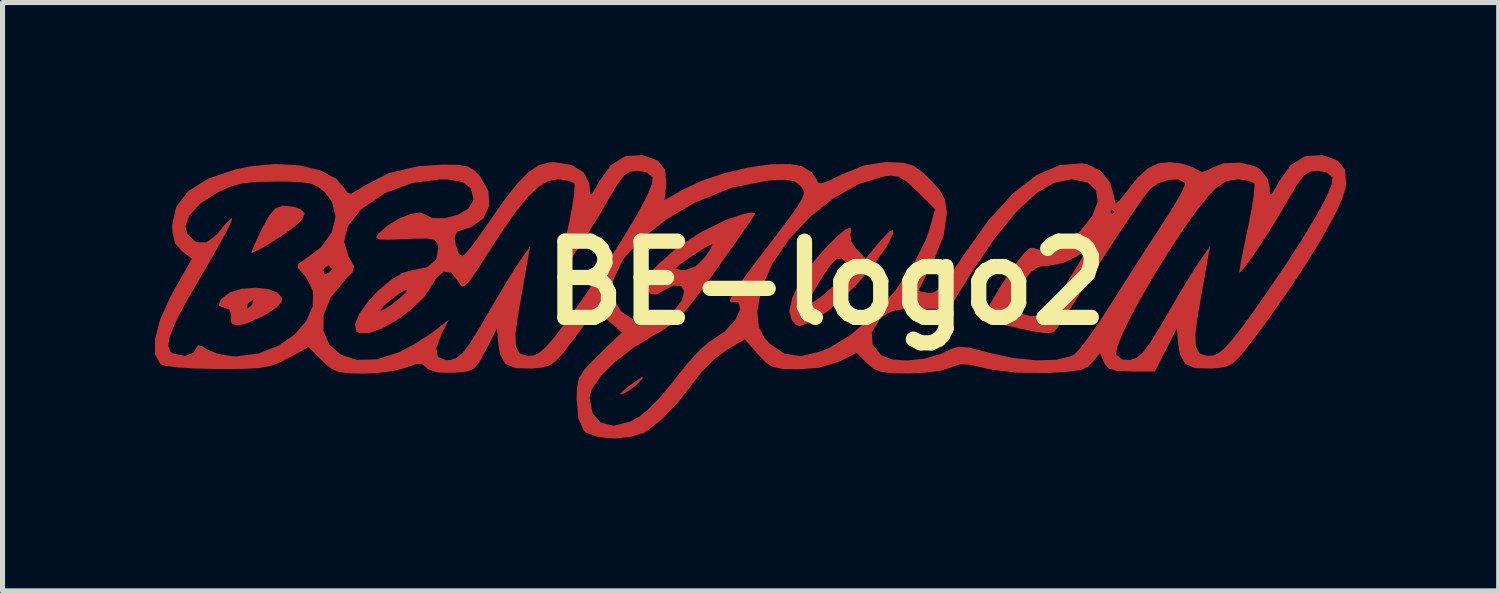
<source format=kicad_pcb>
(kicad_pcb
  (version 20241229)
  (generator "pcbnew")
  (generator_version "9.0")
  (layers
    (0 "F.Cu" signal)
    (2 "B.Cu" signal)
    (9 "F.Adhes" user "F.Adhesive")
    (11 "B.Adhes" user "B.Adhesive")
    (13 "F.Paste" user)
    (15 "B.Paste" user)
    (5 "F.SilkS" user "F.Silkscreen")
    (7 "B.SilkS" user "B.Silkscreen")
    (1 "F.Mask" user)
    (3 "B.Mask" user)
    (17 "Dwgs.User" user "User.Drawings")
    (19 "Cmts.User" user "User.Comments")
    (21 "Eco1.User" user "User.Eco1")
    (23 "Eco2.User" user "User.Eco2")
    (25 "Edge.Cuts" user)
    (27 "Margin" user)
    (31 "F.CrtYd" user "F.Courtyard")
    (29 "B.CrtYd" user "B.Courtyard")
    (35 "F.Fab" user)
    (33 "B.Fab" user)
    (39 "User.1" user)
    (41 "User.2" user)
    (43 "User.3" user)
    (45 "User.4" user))
  (footprint "BE-logo2"
    (layer "F.Cu")
    (at 13.208 2.517)
    (property "Reference" "BE-logo2" (at 0 0 0) (layer "F.SilkS") (effects (font (size 1.5 1.5) (thickness 0.3))))
    (attr board_only exclude_from_pos_files exclude_from_bom)
    (fp_poly (pts (xy -3.603 1.862) (xy -3.631 1.903) (xy -3.751 2.02) (xy -3.899 2.129) (xy -4.02 2.194) (xy -4.062 2.188) (xy -4 2.125) (xy -3.847 2.002) (xy -3.786 1.957) (xy -3.636 1.857)) (stroke (width 0) (type solid)) (fill yes) (layer "F.Cu"))
    (fp_poly (pts (xy -10.455 -1.493) (xy -10.335 -1.445) (xy -10.262 -1.369) (xy -10.306 -1.266) (xy -10.369 -1.192) (xy -10.5 -1.08) (xy -10.709 -0.932) (xy -10.945 -0.78) (xy -11.158 -0.657) (xy -11.296 -0.594) (xy -11.311 -0.592) (xy -11.291 -0.661) (xy -11.212 -0.84) (xy -11.11 -1.054) (xy -10.963 -1.324) (xy -10.839 -1.467) (xy -10.707 -1.518) (xy -10.67 -1.52)) (stroke (width 0) (type solid)) (fill yes) (layer "F.Cu"))
    (fp_poly (pts (xy -10.993 0.119) (xy -10.802 0.187) (xy -10.708 0.296) (xy -10.715 0.374) (xy -10.815 0.482) (xy -11.014 0.614) (xy -11.12 0.67) (xy -11.401 0.795) (xy -11.575 0.839) (xy -11.681 0.81) (xy -11.701 0.793) (xy -11.721 0.679) (xy -11.708 0.63) (xy -11.74 0.527) (xy -11.813 0.498) (xy -11.404 0.498) (xy -11.392 0.504) (xy -11.315 0.444) (xy -11.297 0.419) (xy -11.276 0.34) (xy -11.287 0.334) (xy -11.365 0.394) (xy -11.382 0.419) (xy -11.404 0.498) (xy -11.813 0.498) (xy -11.836 0.49) (xy -11.951 0.451) (xy -11.931 0.363) (xy -11.889 0.303) (xy -11.731 0.184) (xy -11.501 0.115) (xy -11.24 0.094)) (stroke (width 0) (type solid)) (fill yes) (layer "F.Cu"))
    (fp_poly (pts (xy 0.49 -1.011) (xy 0.474 -0.963) (xy 0.493 -0.814) (xy 0.601 -0.657) (xy 0.777 -0.48) (xy 1.032 -0.791) (xy 1.218 -0.993) (xy 1.316 -1.051) (xy 1.318 -0.972) (xy 1.215 -0.762) (xy 1.175 -0.693) (xy 0.943 -0.367) (xy 0.645 -0.019) (xy 0.321 0.307) (xy 0.015 0.567) (xy -0.189 0.7) (xy -0.408 0.81) (xy -0.529 0.849) (xy -0.603 0.82) (xy -0.68 0.733) (xy -0.728 0.55) (xy -0.684 0.363) (xy -0.335 0.363) (xy -0.299 0.401) (xy -0.154 0.312) (xy 0.101 0.096) (xy 0.229 -0.02) (xy 0.397 -0.198) (xy 0.44 -0.32) (xy 0.409 -0.385) (xy 0.301 -0.478) (xy 0.195 -0.463) (xy 0.063 -0.325) (xy -0.089 -0.099) (xy -0.264 0.196) (xy -0.335 0.363) (xy -0.684 0.363) (xy -0.665 0.28) (xy -0.504 -0.048) (xy -0.258 -0.405) (xy -0.071 -0.627) (xy 0.187 -0.892) (xy 0.373 -1.049) (xy 0.478 -1.091)) (stroke (width 0) (type solid)) (fill yes) (layer "F.Cu"))
    (fp_poly (pts (xy 9.769 -2.512) (xy 10.057 -2.412) (xy 10.205 -2.234) (xy 10.229 -1.949) (xy 10.222 -1.879) (xy 10.148 -1.641) (xy 9.982 -1.293) (xy 9.739 -0.858) (xy 9.431 -0.358) (xy 9.072 0.184) (xy 8.677 0.744) (xy 8.558 0.905) (xy 8.312 1.234) (xy 8.137 1.45) (xy 8.001 1.579) (xy 7.876 1.645) (xy 7.729 1.673) (xy 7.591 1.684) (xy 7.261 1.677) (xy 7.059 1.589) (xy 6.955 1.398) (xy 6.925 1.205) (xy 6.899 0.894) (xy 6.682 1.318) (xy 6.465 1.743) (xy 6.005 1.743) (xy 5.727 1.732) (xy 5.569 1.69) (xy 5.483 1.6) (xy 5.465 1.562) (xy 5.395 1.401) (xy 5.702 1.401) (xy 5.705 1.41) (xy 5.827 1.509) (xy 5.982 1.515) (xy 6.099 1.478) (xy 6.217 1.382) (xy 6.357 1.199) (xy 6.541 0.905) (xy 6.672 0.681) (xy 6.885 0.315) (xy 7.091 -0.028) (xy 7.262 -0.302) (xy 7.342 -0.423) (xy 7.55 -0.721) (xy 7.49 -0.381) (xy 7.445 -0.123) (xy 7.384 0.226) (xy 7.32 0.592) (xy 7.319 0.595) (xy 7.264 0.991) (xy 7.27 1.248) (xy 7.344 1.388) (xy 7.494 1.434) (xy 7.605 1.428) (xy 7.715 1.386) (xy 7.852 1.269) (xy 8.033 1.062) (xy 8.274 0.745) (xy 8.561 0.341) (xy 8.998 -0.296) (xy 9.361 -0.856) (xy 9.645 -1.326) (xy 9.843 -1.696) (xy 9.948 -1.954) (xy 9.959 -2.079) (xy 9.843 -2.175) (xy 9.66 -2.207) (xy 9.518 -2.189) (xy 9.399 -2.112) (xy 9.27 -1.945) (xy 9.111 -1.677) (xy 8.914 -1.339) (xy 8.706 -1.002) (xy 8.506 -0.694) (xy 8.332 -0.44) (xy 8.201 -0.268) (xy 8.133 -0.205) (xy 8.127 -0.215) (xy 8.144 -0.333) (xy 8.19 -0.574) (xy 8.256 -0.898) (xy 8.298 -1.091) (xy 8.367 -1.44) (xy 8.412 -1.728) (xy 8.426 -1.914) (xy 8.42 -1.958) (xy 8.309 -2.012) (xy 8.107 -2.037) (xy 8.088 -2.038) (xy 7.871 -2.002) (xy 7.675 -1.873) (xy 7.528 -1.72) (xy 7.293 -1.427) (xy 7.03 -1.059) (xy 6.755 -0.642) (xy 6.482 -0.203) (xy 6.228 0.232) (xy 6.007 0.636) (xy 5.836 0.984) (xy 5.729 1.247) (xy 5.702 1.401) (xy 5.395 1.401) (xy 5.386 1.381) (xy 5.24 1.562) (xy 5.145 1.652) (xy 5.01 1.71) (xy 4.795 1.745) (xy 4.461 1.767) (xy 4.343 1.772) (xy 3.761 1.767) (xy 3.264 1.709) (xy 3.121 1.677) (xy 2.829 1.61) (xy 2.638 1.6) (xy 2.488 1.644) (xy 2.445 1.666) (xy 2.252 1.726) (xy 1.95 1.767) (xy 1.624 1.782) (xy 1.29 1.777) (xy 1.074 1.749) (xy 0.926 1.686) (xy 0.802 1.58) (xy 0.598 1.375) (xy 0.28 1.538) (xy -0.145 1.67) (xy -0.561 1.7) (xy -0.858 1.693) (xy -1.048 1.656) (xy -1.191 1.565) (xy -1.343 1.405) (xy -1.601 1.11) (xy -1.942 1.305) (xy -2.198 1.495) (xy -2.454 1.753) (xy -2.55 1.876) (xy -2.902 2.332) (xy -3.239 2.687) (xy -3.535 2.917) (xy -3.574 2.939) (xy -3.849 3.03) (xy -4.172 3.061) (xy -4.482 3.034) (xy -4.715 2.951) (xy -4.772 2.904) (xy -4.877 2.673) (xy -4.912 2.293) (xy -4.911 2.255) (xy -4.658 2.255) (xy -4.599 2.564) (xy -4.434 2.751) (xy -4.183 2.809) (xy -3.865 2.729) (xy -3.674 2.628) (xy -3.491 2.477) (xy -3.255 2.232) (xy -3.011 1.939) (xy -2.95 1.858) (xy -2.719 1.569) (xy -2.494 1.325) (xy -2.314 1.166) (xy -2.274 1.141) (xy -1.993 0.951) (xy -1.788 0.728) (xy -1.723 0.577) (xy -1.356 0.577) (xy -1.327 0.864) (xy -1.215 1.08) (xy -1.109 1.197) (xy -0.828 1.39) (xy -0.502 1.44) (xy -0.107 1.348) (xy 0.06 1.278) (xy 0.494 1.013) (xy 0.546 0.967) (xy 0.897 0.967) (xy 0.911 1.211) (xy 1.082 1.424) (xy 1.292 1.505) (xy 1.597 1.526) (xy 1.936 1.49) (xy 2.245 1.399) (xy 2.306 1.371) (xy 2.477 1.29) (xy 2.618 1.256) (xy 2.785 1.268) (xy 3.032 1.328) (xy 3.19 1.371) (xy 3.672 1.476) (xy 4.131 1.523) (xy 4.525 1.512) (xy 4.816 1.441) (xy 4.884 1.403) (xy 4.997 1.284) (xy 5.174 1.052) (xy 5.391 0.74) (xy 5.624 0.381) (xy 5.635 0.362) (xy 5.909 -0.071) (xy 6.203 -0.531) (xy 6.478 -0.956) (xy 6.654 -1.224) (xy 6.843 -1.521) (xy 6.983 -1.767) (xy 7.055 -1.927) (xy 7.059 -1.967) (xy 6.929 -2.036) (xy 6.723 -2.026) (xy 6.506 -1.947) (xy 6.372 -1.846) (xy 6.267 -1.712) (xy 6.091 -1.463) (xy 5.864 -1.128) (xy 5.605 -0.736) (xy 5.43 -0.466) (xy 5.166 -0.057) (xy 4.927 0.31) (xy 4.732 0.608) (xy 4.599 0.81) (xy 4.553 0.878) (xy 4.487 0.954) (xy 4.398 0.989) (xy 4.247 0.983) (xy 3.993 0.937) (xy 3.814 0.9) (xy 3.503 0.828) (xy 3.257 0.759) (xy 3.125 0.707) (xy 3.117 0.701) (xy 3.132 0.606) (xy 3.214 0.436) (xy 3.632 0.436) (xy 3.666 0.535) (xy 3.795 0.597) (xy 3.808 0.601) (xy 4.02 0.652) (xy 4.181 0.646) (xy 4.325 0.56) (xy 4.483 0.374) (xy 4.689 0.066) (xy 4.735 -0.007) (xy 4.93 -0.319) (xy 5.039 -0.507) (xy 5.068 -0.59) (xy 5.026 -0.586) (xy 4.921 -0.517) (xy 4.659 -0.391) (xy 4.379 -0.339) (xy 4.378 -0.339) (xy 4.176 -0.315) (xy 4.025 -0.216) (xy 3.864 -0.004) (xy 3.863 -0.002) (xy 3.697 0.267) (xy 3.632 0.436) (xy 3.214 0.436) (xy 3.228 0.406) (xy 3.388 0.133) (xy 3.519 -0.071) (xy 3.742 -0.396) (xy 3.897 -0.594) (xy 4.004 -0.687) (xy 4.082 -0.692) (xy 4.109 -0.675) (xy 4.311 -0.611) (xy 4.574 -0.692) (xy 4.881 -0.911) (xy 4.996 -1.02) (xy 5.238 -1.326) (xy 5.266 -1.4) (xy 5.586 -1.4) (xy 5.629 -1.358) (xy 5.671 -1.4) (xy 5.629 -1.443) (xy 5.586 -1.4) (xy 5.266 -1.4) (xy 5.341 -1.601) (xy 5.307 -1.825) (xy 5.14 -1.977) (xy 4.843 -2.037) (xy 4.82 -2.038) (xy 4.483 -1.969) (xy 4.125 -1.758) (xy 3.741 -1.401) (xy 3.325 -0.891) (xy 2.871 -0.223) (xy 2.794 -0.1) (xy 2.415 0.511) (xy 1.838 0.511) (xy 1.514 0.519) (xy 1.305 0.553) (xy 1.157 0.628) (xy 1.048 0.725) (xy 0.897 0.967) (xy 0.546 0.967) (xy 0.936 0.627) (xy 1.351 0.16) (xy 1.703 -0.344) (xy 1.956 -0.842) (xy 2.03 -1.058) (xy 2.14 -1.452) (xy 1.791 -1.799) (xy 1.578 -1.996) (xy 1.421 -2.092) (xy 1.262 -2.111) (xy 1.136 -2.096) (xy 0.643 -1.946) (xy 0.151 -1.672) (xy -0.312 -1.305) (xy -0.721 -0.87) (xy -1.049 -0.398) (xy -1.269 0.084) (xy -1.356 0.547) (xy -1.356 0.577) (xy -1.723 0.577) (xy -1.696 0.515) (xy -1.695 0.489) (xy -1.731 0.376) (xy -1.867 0.384) (xy -1.869 0.385) (xy -1.902 0.354) (xy -1.828 0.204) (xy -1.644 -0.067) (xy -1.349 -0.463) (xy -1.319 -0.502) (xy -0.984 -0.938) (xy -0.741 -1.26) (xy -0.578 -1.488) (xy -0.482 -1.643) (xy -0.443 -1.746) (xy -0.447 -1.818) (xy -0.484 -1.879) (xy -0.512 -1.913) (xy -0.616 -1.995) (xy -0.781 -2.028) (xy -1.053 -2.021) (xy -1.142 -2.014) (xy -1.864 -1.873) (xy -2.597 -1.575) (xy -3.153 -1.244) (xy -3.662 -0.845) (xy -4.008 -0.448) (xy -4.189 -0.057) (xy -4.206 0.023) (xy -4.183 0.323) (xy -4.037 0.559) (xy -3.804 0.715) (xy -3.523 0.772) (xy -3.234 0.715) (xy -3.003 0.557) (xy -2.841 0.341) (xy -2.796 0.165) (xy -2.857 0.059) (xy -3.01 0.055) (xy -3.179 0.138) (xy -3.343 0.23) (xy -3.449 0.22) (xy -3.53 0.15) (xy -3.592 0.065) (xy -3.58 -0.031) (xy -3.479 -0.175) (xy -3.381 -0.285) (xy -2.965 -0.285) (xy -2.893 -0.261) (xy -2.769 -0.254) (xy -2.567 -0.329) (xy -2.386 -0.508) (xy -2.276 -0.671) (xy -2.239 -0.759) (xy -2.244 -0.763) (xy -2.337 -0.721) (xy -2.507 -0.617) (xy -2.704 -0.488) (xy -2.873 -0.368) (xy -2.961 -0.292) (xy -2.965 -0.285) (xy -3.381 -0.285) (xy -3.313 -0.361) (xy -2.94 -0.69) (xy -2.469 -0.998) (xy -1.97 -1.242) (xy -1.673 -1.343) (xy -1.47 -1.388) (xy -1.402 -1.37) (xy -1.415 -1.33) (xy -1.484 -1.228) (xy -1.632 -1.015) (xy -1.839 -0.719) (xy -2.086 -0.369) (xy -2.18 -0.237) (xy -2.471 0.169) (xy -2.697 0.462) (xy -2.884 0.672) (xy -3.061 0.825) (xy -3.255 0.953) (xy -3.399 1.033) (xy -3.806 1.282) (xy -4.162 1.559) (xy -4.44 1.838) (xy -4.613 2.091) (xy -4.658 2.255) (xy -4.911 2.255) (xy -4.905 2.05) (xy -4.866 1.876) (xy -4.769 1.718) (xy -4.586 1.521) (xy -4.468 1.406) (xy -4.023 0.975) (xy -4.28 0.75) (xy -4.537 0.526) (xy -4.958 1.092) (xy -5.169 1.37) (xy -5.322 1.54) (xy -5.457 1.63) (xy -5.616 1.669) (xy -5.787 1.684) (xy -6.117 1.677) (xy -6.318 1.589) (xy -6.422 1.398) (xy -6.453 1.205) (xy -6.479 0.894) (xy -6.695 1.318) (xy -6.826 1.56) (xy -6.938 1.69) (xy -7.089 1.746) (xy -7.334 1.768) (xy -7.337 1.768) (xy -7.656 1.762) (xy -7.839 1.696) (xy -7.867 1.668) (xy -7.958 1.593) (xy -8.082 1.599) (xy -8.259 1.664) (xy -8.499 1.729) (xy -8.829 1.773) (xy -9.107 1.785) (xy -9.42 1.778) (xy -9.623 1.743) (xy -9.775 1.662) (xy -9.927 1.524) (xy -10.187 1.263) (xy -10.587 1.481) (xy -10.772 1.575) (xy -10.947 1.637) (xy -11.152 1.673) (xy -11.428 1.69) (xy -11.817 1.694) (xy -11.99 1.694) (xy -12.413 1.684) (xy -12.762 1.663) (xy -13.005 1.631) (xy -13.102 1.599) (xy -13.208 1.405) (xy -13.208 1.239) (xy -12.948 1.239) (xy -12.904 1.355) (xy -12.85 1.389) (xy -12.611 1.436) (xy -12.448 1.368) (xy -12.415 1.313) (xy -12.363 1.227) (xy -12.272 1.249) (xy -12.175 1.313) (xy -11.97 1.396) (xy -11.689 1.441) (xy -11.603 1.444) (xy -11.171 1.388) (xy -10.786 1.239) (xy -10.467 1.02) (xy -10.405 0.948) (xy -9.894 0.948) (xy -9.776 1.216) (xy -9.55 1.412) (xy -9.234 1.514) (xy -8.841 1.503) (xy -8.404 1.362) (xy -8.097 1.2) (xy -7.793 1.005) (xy -7.736 0.963) (xy -7.428 0.727) (xy -7.573 1.009) (xy -7.672 1.281) (xy -7.642 1.453) (xy -7.484 1.519) (xy -7.396 1.515) (xy -7.278 1.478) (xy -7.16 1.382) (xy -7.02 1.199) (xy -6.836 0.905) (xy -6.706 0.681) (xy -6.492 0.315) (xy -6.286 -0.028) (xy -6.116 -0.302) (xy -6.035 -0.423) (xy -5.827 -0.721) (xy -5.887 -0.381) (xy -5.932 -0.123) (xy -5.994 0.226) (xy -6.058 0.592) (xy -6.058 0.595) (xy -6.113 0.991) (xy -6.108 1.248) (xy -6.033 1.388) (xy -5.883 1.434) (xy -5.772 1.428) (xy -5.662 1.386) (xy -5.525 1.269) (xy -5.344 1.062) (xy -5.103 0.745) (xy -4.816 0.341) (xy -4.38 -0.296) (xy -4.016 -0.856) (xy -3.733 -1.326) (xy -3.535 -1.696) (xy -3.429 -1.954) (xy -3.419 -2.079) (xy -3.535 -2.175) (xy -3.717 -2.207) (xy -3.86 -2.189) (xy -3.979 -2.112) (xy -4.107 -1.945) (xy -4.266 -1.677) (xy -4.463 -1.339) (xy -4.671 -1.002) (xy -4.871 -0.694) (xy -5.046 -0.44) (xy -5.176 -0.268) (xy -5.245 -0.205) (xy -5.251 -0.215) (xy -5.234 -0.333) (xy -5.188 -0.574) (xy -5.121 -0.898) (xy -5.08 -1.091) (xy -5.01 -1.44) (xy -4.965 -1.728) (xy -4.951 -1.914) (xy -4.958 -1.958) (xy -5.068 -2.012) (xy -5.271 -2.037) (xy -5.292 -2.038) (xy -5.475 -2.003) (xy -5.667 -1.889) (xy -5.883 -1.68) (xy -6.138 -1.36) (xy -6.445 -0.914) (xy -6.666 -0.57) (xy -6.878 -0.24) (xy -7.02 -0.035) (xy -7.112 0.062) (xy -7.172 0.071) (xy -7.22 0.009) (xy -7.234 -0.017) (xy -7.378 -0.202) (xy -7.535 -0.221) (xy -7.689 -0.075) (xy -7.752 0.038) (xy -7.913 0.277) (xy -8.153 0.513) (xy -8.436 0.725) (xy -8.727 0.889) (xy -8.988 0.985) (xy -9.185 0.99) (xy -9.245 0.955) (xy -9.275 0.817) (xy -9.194 0.615) (xy -9.135 0.532) (xy -8.777 0.532) (xy -8.757 0.551) (xy -8.635 0.483) (xy -8.571 0.439) (xy -8.381 0.29) (xy -8.256 0.167) (xy -8.244 0.15) (xy -8.264 0.131) (xy -8.386 0.199) (xy -8.45 0.243) (xy -8.64 0.392) (xy -8.765 0.515) (xy -8.777 0.532) (xy -9.135 0.532) (xy -9.029 0.381) (xy -8.811 0.146) (xy -8.568 -0.059) (xy -8.328 -0.203) (xy -8.13 -0.254) (xy -7.852 -0.31) (xy -7.676 -0.462) (xy -7.635 -0.683) (xy -7.658 -0.789) (xy -7.715 -0.848) (xy -7.845 -0.872) (xy -8.083 -0.871) (xy -8.295 -0.861) (xy -8.613 -0.85) (xy -8.79 -0.855) (xy -8.854 -0.884) (xy -8.833 -0.943) (xy -8.808 -0.974) (xy -8.633 -1.13) (xy -8.404 -1.267) (xy -8.172 -1.36) (xy -7.993 -1.388) (xy -7.933 -1.365) (xy -7.749 -1.277) (xy -7.503 -1.274) (xy -7.251 -1.341) (xy -7.047 -1.461) (xy -6.947 -1.619) (xy -6.944 -1.652) (xy -6.993 -1.86) (xy -7.153 -1.984) (xy -7.445 -2.035) (xy -7.575 -2.038) (xy -8.143 -1.967) (xy -8.68 -1.769) (xy -9.131 -1.464) (xy -9.163 -1.435) (xy -9.41 -1.122) (xy -9.488 -0.814) (xy -9.397 -0.511) (xy -9.361 -0.454) (xy -9.29 -0.322) (xy -9.32 -0.213) (xy -9.453 -0.074) (xy -9.748 0.282) (xy -9.89 0.63) (xy -9.894 0.948) (xy -10.405 0.948) (xy -10.234 0.753) (xy -10.105 0.461) (xy -10.098 0.165) (xy -10.234 -0.11) (xy -10.267 -0.148) (xy -10.355 -0.249) (xy -9.895 -0.249) (xy -9.868 -0.177) (xy -9.827 -0.181) (xy -9.736 -0.253) (xy -9.732 -0.277) (xy -9.787 -0.343) (xy -9.872 -0.295) (xy -9.895 -0.249) (xy -10.355 -0.249) (xy -10.391 -0.29) (xy -10.402 -0.367) (xy -10.304 -0.436) (xy -10.288 -0.445) (xy -9.946 -0.699) (xy -9.733 -0.993) (xy -9.656 -1.3) (xy -9.724 -1.595) (xy -9.872 -1.789) (xy -9.996 -1.89) (xy -10.134 -1.952) (xy -10.331 -1.983) (xy -10.632 -1.994) (xy -10.827 -1.995) (xy -11.222 -1.987) (xy -11.508 -1.955) (xy -11.743 -1.888) (xy -11.984 -1.778) (xy -12.317 -1.563) (xy -12.53 -1.332) (xy -12.608 -1.108) (xy -12.566 -0.955) (xy -12.394 -0.8) (xy -12.192 -0.801) (xy -11.988 -0.955) (xy -11.943 -1.013) (xy -11.806 -1.182) (xy -11.703 -1.27) (xy -11.69 -1.273) (xy -11.707 -1.205) (xy -11.799 -1.016) (xy -11.954 -0.733) (xy -12.157 -0.378) (xy -12.288 -0.157) (xy -12.589 0.361) (xy -12.796 0.757) (xy -12.914 1.045) (xy -12.948 1.239) (xy -13.208 1.239) (xy -13.208 1.105) (xy -13.107 0.721) (xy -12.909 0.279) (xy -12.846 0.164) (xy -12.482 -0.477) (xy -12.676 -0.624) (xy -12.812 -0.777) (xy -12.866 -1) (xy -12.871 -1.134) (xy -12.791 -1.498) (xy -12.555 -1.805) (xy -12.166 -2.051) (xy -11.627 -2.233) (xy -11.36 -2.29) (xy -10.846 -2.342) (xy -10.367 -2.315) (xy -9.955 -2.215) (xy -9.643 -2.05) (xy -9.486 -1.87) (xy -9.422 -1.773) (xy -9.346 -1.759) (xy -9.208 -1.835) (xy -9.09 -1.913) (xy -8.605 -2.162) (xy -8.032 -2.297) (xy -7.551 -2.329) (xy -7.247 -2.325) (xy -7.056 -2.292) (xy -6.921 -2.213) (xy -6.81 -2.097) (xy -6.648 -1.807) (xy -6.631 -1.518) (xy -6.748 -1.269) (xy -6.988 -1.098) (xy -7.102 -1.063) (xy -7.269 -1.006) (xy -7.313 -0.898) (xy -7.292 -0.755) (xy -7.233 -0.585) (xy -7.16 -0.525) (xy -7.157 -0.525) (xy -7.075 -0.603) (xy -6.927 -0.789) (xy -6.741 -1.047) (xy -6.671 -1.15) (xy -6.344 -1.619) (xy -6.079 -1.958) (xy -5.855 -2.184) (xy -5.655 -2.316) (xy -5.457 -2.372) (xy -5.364 -2.377) (xy -5.017 -2.324) (xy -4.774 -2.175) (xy -4.66 -1.947) (xy -4.654 -1.884) (xy -4.647 -1.751) (xy -4.616 -1.742) (xy -4.54 -1.867) (xy -4.484 -1.973) (xy -4.241 -2.316) (xy -3.957 -2.495) (xy -3.628 -2.515) (xy -3.609 -2.512) (xy -3.318 -2.41) (xy -3.17 -2.226) (xy -3.147 -1.94) (xy -3.149 -1.918) (xy -3.183 -1.627) (xy -2.841 -1.825) (xy -2.459 -2.007) (xy -2.009 -2.159) (xy -1.537 -2.271) (xy -1.088 -2.335) (xy -0.709 -2.341) (xy -0.478 -2.297) (xy -0.293 -2.184) (xy -0.199 -2.053) (xy -0.165 -1.976) (xy -0.091 -1.961) (xy 0.059 -2.014) (xy 0.312 -2.139) (xy 0.734 -2.31) (xy 1.138 -2.375) (xy 1.241 -2.377) (xy 1.522 -2.365) (xy 1.715 -2.308) (xy 1.898 -2.174) (xy 2.034 -2.044) (xy 2.235 -1.825) (xy 2.335 -1.642) (xy 2.368 -1.424) (xy 2.369 -1.332) (xy 2.312 -0.947) (xy 2.134 -0.487) (xy 2.09 -0.398) (xy 1.812 0.158) (xy 2.003 0.195) (xy 2.102 0.191) (xy 2.207 0.127) (xy 2.34 -0.022) (xy 2.522 -0.277) (xy 2.701 -0.547) (xy 3.196 -1.238) (xy 3.674 -1.762) (xy 4.138 -2.122) (xy 4.59 -2.318) (xy 5.032 -2.353) (xy 5.134 -2.338) (xy 5.396 -2.21) (xy 5.589 -1.967) (xy 5.673 -1.661) (xy 5.674 -1.638) (xy 5.697 -1.567) (xy 5.774 -1.626) (xy 5.863 -1.74) (xy 6.117 -2.06) (xy 6.327 -2.256) (xy 6.531 -2.353) (xy 6.749 -2.377) (xy 7.01 -2.347) (xy 7.222 -2.271) (xy 7.242 -2.258) (xy 7.395 -2.183) (xy 7.532 -2.23) (xy 7.573 -2.258) (xy 7.821 -2.355) (xy 8.133 -2.368) (xy 8.427 -2.301) (xy 8.531 -2.245) (xy 8.689 -2.042) (xy 8.723 -1.884) (xy 8.73 -1.751) (xy 8.761 -1.742) (xy 8.838 -1.867) (xy 8.894 -1.973) (xy 9.136 -2.316) (xy 9.42 -2.495) (xy 9.75 -2.515)) (stroke (width 0) (type solid)) (fill yes) (layer "F.Cu"))
    (fp_poly (pts (xy -3.605 1.859) (xy -3.634 1.9) (xy -3.754 2.017) (xy -3.902 2.126) (xy -4.023 2.191) (xy -4.064 2.185) (xy -4.003 2.122) (xy -3.849 1.999) (xy -3.789 1.954) (xy -3.639 1.854)) (stroke (width 0) (type solid)) (fill yes) (layer "F.Mask"))
    (fp_poly (pts (xy -10.453 -1.495) (xy -10.333 -1.448) (xy -10.26 -1.372) (xy -10.304 -1.269) (xy -10.367 -1.194) (xy -10.498 -1.083) (xy -10.707 -0.935) (xy -10.943 -0.783) (xy -11.155 -0.659) (xy -11.293 -0.597) (xy -11.309 -0.595) (xy -11.289 -0.664) (xy -11.21 -0.843) (xy -11.107 -1.057) (xy -10.96 -1.326) (xy -10.837 -1.469) (xy -10.705 -1.52) (xy -10.668 -1.523)) (stroke (width 0) (type solid)) (fill yes) (layer "F.Mask"))
    (fp_poly (pts (xy -10.999 0.125) (xy -10.807 0.193) (xy -10.714 0.302) (xy -10.721 0.38) (xy -10.821 0.488) (xy -11.019 0.62) (xy -11.126 0.676) (xy -11.406 0.801) (xy -11.581 0.845) (xy -11.687 0.816) (xy -11.706 0.799) (xy -11.727 0.685) (xy -11.714 0.636) (xy -11.746 0.532) (xy -11.818 0.504) (xy -11.409 0.504) (xy -11.398 0.51) (xy -11.32 0.45) (xy -11.303 0.425) (xy -11.281 0.345) (xy -11.293 0.34) (xy -11.37 0.4) (xy -11.388 0.425) (xy -11.409 0.504) (xy -11.818 0.504) (xy -11.841 0.495) (xy -11.957 0.457) (xy -11.936 0.368) (xy -11.895 0.309) (xy -11.737 0.189) (xy -11.506 0.121) (xy -11.246 0.1)) (stroke (width 0) (type solid)) (fill yes) (layer "F.Mask"))
    (fp_poly (pts (xy 0.492 -1.023) (xy 0.477 -0.975) (xy 0.495 -0.825) (xy 0.603 -0.669) (xy 0.779 -0.492) (xy 1.034 -0.803) (xy 1.22 -1.004) (xy 1.318 -1.063) (xy 1.32 -0.984) (xy 1.217 -0.773) (xy 1.177 -0.705) (xy 0.945 -0.379) (xy 0.647 -0.031) (xy 0.324 0.295) (xy 0.018 0.556) (xy -0.187 0.688) (xy -0.406 0.798) (xy -0.527 0.837) (xy -0.601 0.809) (xy -0.678 0.721) (xy -0.726 0.538) (xy -0.682 0.351) (xy -0.333 0.351) (xy -0.296 0.39) (xy -0.152 0.301) (xy 0.104 0.085) (xy 0.231 -0.032) (xy 0.399 -0.21) (xy 0.442 -0.332) (xy 0.411 -0.397) (xy 0.303 -0.49) (xy 0.197 -0.475) (xy 0.065 -0.336) (xy -0.087 -0.111) (xy -0.262 0.184) (xy -0.333 0.351) (xy -0.682 0.351) (xy -0.662 0.268) (xy -0.502 -0.06) (xy -0.256 -0.417) (xy -0.069 -0.639) (xy 0.189 -0.904) (xy 0.376 -1.061) (xy 0.481 -1.103)) (stroke (width 0) (type solid)) (fill yes) (layer "F.Mask"))
    (fp_poly (pts (xy 9.77 -2.513) (xy 10.059 -2.414) (xy 10.206 -2.235) (xy 10.231 -1.95) (xy 10.223 -1.881) (xy 10.149 -1.643) (xy 9.984 -1.295) (xy 9.74 -0.859) (xy 9.432 -0.359) (xy 9.074 0.183) (xy 8.678 0.743) (xy 8.56 0.904) (xy 8.314 1.232) (xy 8.138 1.449) (xy 8.003 1.578) (xy 7.877 1.644) (xy 7.73 1.672) (xy 7.592 1.683) (xy 7.262 1.676) (xy 7.06 1.588) (xy 6.956 1.397) (xy 6.926 1.204) (xy 6.9 0.892) (xy 6.684 1.317) (xy 6.467 1.741) (xy 6.006 1.741) (xy 5.728 1.731) (xy 5.571 1.689) (xy 5.485 1.598) (xy 5.466 1.56) (xy 5.396 1.4) (xy 5.704 1.4) (xy 5.706 1.409) (xy 5.828 1.507) (xy 5.983 1.514) (xy 6.1 1.477) (xy 6.219 1.381) (xy 6.359 1.198) (xy 6.543 0.904) (xy 6.673 0.68) (xy 6.887 0.313) (xy 7.093 -0.03) (xy 7.263 -0.303) (xy 7.344 -0.425) (xy 7.552 -0.722) (xy 7.492 -0.382) (xy 7.447 -0.125) (xy 7.385 0.225) (xy 7.321 0.591) (xy 7.321 0.593) (xy 7.266 0.99) (xy 7.271 1.247) (xy 7.345 1.387) (xy 7.496 1.433) (xy 7.607 1.427) (xy 7.716 1.384) (xy 7.854 1.268) (xy 8.035 1.061) (xy 8.276 0.743) (xy 8.563 0.34) (xy 8.999 -0.297) (xy 9.362 -0.857) (xy 9.646 -1.328) (xy 9.844 -1.697) (xy 9.949 -1.956) (xy 9.96 -2.081) (xy 9.844 -2.177) (xy 9.662 -2.209) (xy 9.519 -2.19) (xy 9.4 -2.113) (xy 9.272 -1.946) (xy 9.113 -1.678) (xy 8.915 -1.34) (xy 8.708 -1.004) (xy 8.508 -0.695) (xy 8.333 -0.441) (xy 8.203 -0.27) (xy 8.134 -0.207) (xy 8.128 -0.216) (xy 8.145 -0.334) (xy 8.191 -0.575) (xy 8.258 -0.9) (xy 8.299 -1.092) (xy 8.369 -1.441) (xy 8.413 -1.729) (xy 8.428 -1.915) (xy 8.421 -1.959) (xy 8.311 -2.014) (xy 8.108 -2.039) (xy 8.089 -2.039) (xy 7.872 -2.003) (xy 7.676 -1.875) (xy 7.529 -1.722) (xy 7.294 -1.428) (xy 7.031 -1.06) (xy 6.756 -0.643) (xy 6.484 -0.204) (xy 6.229 0.231) (xy 6.009 0.635) (xy 5.838 0.982) (xy 5.731 1.246) (xy 5.704 1.4) (xy 5.396 1.4) (xy 5.387 1.379) (xy 5.241 1.56) (xy 5.146 1.65) (xy 5.011 1.708) (xy 4.796 1.744) (xy 4.462 1.766) (xy 4.345 1.77) (xy 3.762 1.766) (xy 3.265 1.708) (xy 3.122 1.676) (xy 2.831 1.609) (xy 2.639 1.598) (xy 2.49 1.643) (xy 2.447 1.665) (xy 2.254 1.724) (xy 1.951 1.766) (xy 1.626 1.781) (xy 1.291 1.776) (xy 1.075 1.748) (xy 0.928 1.684) (xy 0.804 1.579) (xy 0.6 1.374) (xy 0.282 1.536) (xy -0.144 1.668) (xy -0.559 1.699) (xy -0.857 1.692) (xy -1.046 1.654) (xy -1.189 1.564) (xy -1.341 1.404) (xy -1.599 1.109) (xy -1.941 1.303) (xy -2.196 1.494) (xy -2.452 1.752) (xy -2.549 1.875) (xy -2.901 2.33) (xy -3.237 2.686) (xy -3.533 2.916) (xy -3.573 2.938) (xy -3.848 3.029) (xy -4.171 3.06) (xy -4.48 3.032) (xy -4.714 2.949) (xy -4.771 2.903) (xy -4.876 2.672) (xy -4.911 2.292) (xy -4.91 2.254) (xy -4.657 2.254) (xy -4.597 2.563) (xy -4.433 2.75) (xy -4.182 2.807) (xy -3.864 2.728) (xy -3.673 2.627) (xy -3.489 2.476) (xy -3.253 2.23) (xy -3.01 1.937) (xy -2.948 1.856) (xy -2.718 1.568) (xy -2.493 1.324) (xy -2.313 1.165) (xy -2.272 1.14) (xy -1.992 0.95) (xy -1.786 0.727) (xy -1.721 0.575) (xy -1.355 0.575) (xy -1.325 0.862) (xy -1.213 1.078) (xy -1.107 1.196) (xy -0.827 1.389) (xy -0.5 1.439) (xy -0.106 1.347) (xy 0.062 1.277) (xy 0.495 1.012) (xy 0.548 0.966) (xy 0.899 0.966) (xy 0.913 1.21) (xy 1.083 1.423) (xy 1.293 1.504) (xy 1.599 1.525) (xy 1.937 1.489) (xy 2.247 1.398) (xy 2.308 1.37) (xy 2.479 1.289) (xy 2.62 1.254) (xy 2.786 1.267) (xy 3.034 1.326) (xy 3.191 1.37) (xy 3.674 1.475) (xy 4.133 1.522) (xy 4.527 1.511) (xy 4.817 1.44) (xy 4.885 1.402) (xy 4.999 1.282) (xy 5.176 1.05) (xy 5.392 0.739) (xy 5.625 0.38) (xy 5.637 0.361) (xy 5.91 -0.072) (xy 6.204 -0.532) (xy 6.48 -0.958) (xy 6.656 -1.225) (xy 6.845 -1.522) (xy 6.985 -1.768) (xy 7.057 -1.928) (xy 7.061 -1.968) (xy 6.931 -2.038) (xy 6.724 -2.027) (xy 6.507 -1.948) (xy 6.373 -1.848) (xy 6.269 -1.713) (xy 6.093 -1.464) (xy 5.866 -1.129) (xy 5.607 -0.738) (xy 5.431 -0.467) (xy 5.167 -0.059) (xy 4.929 0.309) (xy 4.734 0.607) (xy 4.601 0.809) (xy 4.555 0.877) (xy 4.488 0.953) (xy 4.4 0.987) (xy 4.249 0.981) (xy 3.994 0.936) (xy 3.816 0.899) (xy 3.504 0.827) (xy 3.259 0.758) (xy 3.126 0.705) (xy 3.118 0.699) (xy 3.134 0.605) (xy 3.216 0.434) (xy 3.633 0.434) (xy 3.667 0.534) (xy 3.797 0.596) (xy 3.81 0.6) (xy 4.021 0.651) (xy 4.183 0.645) (xy 4.326 0.559) (xy 4.485 0.372) (xy 4.69 0.065) (xy 4.736 -0.008) (xy 4.931 -0.32) (xy 5.04 -0.508) (xy 5.07 -0.591) (xy 5.027 -0.587) (xy 4.922 -0.518) (xy 4.661 -0.392) (xy 4.381 -0.34) (xy 4.38 -0.34) (xy 4.178 -0.316) (xy 4.027 -0.218) (xy 3.866 -0.005) (xy 3.865 -0.004) (xy 3.698 0.266) (xy 3.633 0.434) (xy 3.216 0.434) (xy 3.23 0.405) (xy 3.389 0.132) (xy 3.52 -0.072) (xy 3.743 -0.397) (xy 3.898 -0.596) (xy 4.005 -0.688) (xy 4.083 -0.694) (xy 4.111 -0.676) (xy 4.313 -0.612) (xy 4.576 -0.693) (xy 4.882 -0.913) (xy 4.997 -1.022) (xy 5.24 -1.328) (xy 5.267 -1.402) (xy 5.588 -1.402) (xy 5.63 -1.359) (xy 5.673 -1.402) (xy 5.63 -1.444) (xy 5.588 -1.402) (xy 5.267 -1.402) (xy 5.342 -1.603) (xy 5.308 -1.827) (xy 5.141 -1.979) (xy 4.845 -2.039) (xy 4.822 -2.039) (xy 4.484 -1.97) (xy 4.127 -1.759) (xy 3.742 -1.402) (xy 3.326 -0.892) (xy 2.873 -0.224) (xy 2.796 -0.101) (xy 2.416 0.51) (xy 1.839 0.51) (xy 1.515 0.518) (xy 1.306 0.552) (xy 1.158 0.627) (xy 1.049 0.723) (xy 0.899 0.966) (xy 0.548 0.966) (xy 0.937 0.625) (xy 1.352 0.159) (xy 1.704 -0.345) (xy 1.958 -0.844) (xy 2.031 -1.059) (xy 2.141 -1.453) (xy 1.792 -1.8) (xy 1.58 -1.997) (xy 1.423 -2.093) (xy 1.264 -2.112) (xy 1.138 -2.097) (xy 0.645 -1.947) (xy 0.153 -1.674) (xy -0.311 -1.306) (xy -0.72 -0.871) (xy -1.047 -0.399) (xy -1.268 0.083) (xy -1.354 0.546) (xy -1.355 0.575) (xy -1.721 0.575) (xy -1.695 0.514) (xy -1.693 0.488) (xy -1.73 0.374) (xy -1.865 0.383) (xy -1.867 0.384) (xy -1.901 0.353) (xy -1.826 0.203) (xy -1.642 -0.069) (xy -1.347 -0.464) (xy -1.317 -0.504) (xy -0.983 -0.939) (xy -0.74 -1.261) (xy -0.576 -1.489) (xy -0.481 -1.644) (xy -0.441 -1.747) (xy -0.445 -1.819) (xy -0.482 -1.88) (xy -0.511 -1.915) (xy -0.615 -1.996) (xy -0.779 -2.03) (xy -1.051 -2.023) (xy -1.141 -2.016) (xy -1.862 -1.874) (xy -2.595 -1.576) (xy -3.152 -1.246) (xy -3.66 -0.846) (xy -4.006 -0.449) (xy -4.187 -0.059) (xy -4.204 0.022) (xy -4.182 0.322) (xy -4.035 0.558) (xy -3.802 0.713) (xy -3.522 0.771) (xy -3.232 0.714) (xy -3.002 0.556) (xy -2.839 0.34) (xy -2.795 0.163) (xy -2.855 0.058) (xy -3.008 0.054) (xy -3.178 0.137) (xy -3.342 0.229) (xy -3.447 0.218) (xy -3.528 0.149) (xy -3.59 0.064) (xy -3.579 -0.032) (xy -3.477 -0.176) (xy -3.379 -0.286) (xy -2.963 -0.286) (xy -2.891 -0.262) (xy -2.768 -0.255) (xy -2.565 -0.33) (xy -2.384 -0.51) (xy -2.275 -0.673) (xy -2.238 -0.76) (xy -2.243 -0.765) (xy -2.335 -0.722) (xy -2.506 -0.619) (xy -2.702 -0.489) (xy -2.871 -0.369) (xy -2.96 -0.293) (xy -2.963 -0.286) (xy -3.379 -0.286) (xy -3.312 -0.362) (xy -2.939 -0.692) (xy -2.468 -0.999) (xy -1.969 -1.243) (xy -1.671 -1.344) (xy -1.468 -1.389) (xy -1.4 -1.372) (xy -1.414 -1.331) (xy -1.483 -1.229) (xy -1.631 -1.016) (xy -1.838 -0.721) (xy -2.085 -0.37) (xy -2.178 -0.238) (xy -2.47 0.168) (xy -2.696 0.461) (xy -2.883 0.67) (xy -3.06 0.824) (xy -3.253 0.952) (xy -3.398 1.032) (xy -3.804 1.281) (xy -4.161 1.558) (xy -4.439 1.836) (xy -4.612 2.09) (xy -4.657 2.254) (xy -4.91 2.254) (xy -4.904 2.049) (xy -4.865 1.875) (xy -4.767 1.716) (xy -4.584 1.52) (xy -4.466 1.405) (xy -4.022 0.974) (xy -4.279 0.749) (xy -4.536 0.525) (xy -4.956 1.091) (xy -5.168 1.369) (xy -5.321 1.539) (xy -5.456 1.629) (xy -5.614 1.668) (xy -5.785 1.683) (xy -6.115 1.676) (xy -6.317 1.588) (xy -6.421 1.397) (xy -6.451 1.204) (xy -6.477 0.892) (xy -6.693 1.317) (xy -6.824 1.559) (xy -6.937 1.688) (xy -7.087 1.744) (xy -7.333 1.767) (xy -7.336 1.767) (xy -7.654 1.761) (xy -7.837 1.694) (xy -7.865 1.667) (xy -7.956 1.592) (xy -8.081 1.597) (xy -8.257 1.663) (xy -8.498 1.727) (xy -8.827 1.771) (xy -9.105 1.784) (xy -9.419 1.777) (xy -9.621 1.742) (xy -9.773 1.661) (xy -9.925 1.523) (xy -10.186 1.261) (xy -10.585 1.479) (xy -10.771 1.573) (xy -10.945 1.636) (xy -11.15 1.672) (xy -11.426 1.689) (xy -11.815 1.693) (xy -11.988 1.693) (xy -12.411 1.683) (xy -12.761 1.661) (xy -13.004 1.63) (xy -13.1 1.598) (xy -13.206 1.404) (xy -13.207 1.238) (xy -12.946 1.238) (xy -12.902 1.353) (xy -12.848 1.388) (xy -12.609 1.435) (xy -12.447 1.366) (xy -12.413 1.311) (xy -12.361 1.226) (xy -12.271 1.247) (xy -12.174 1.311) (xy -11.968 1.395) (xy -11.687 1.44) (xy -11.602 1.442) (xy -11.169 1.386) (xy -10.784 1.238) (xy -10.466 1.019) (xy -10.403 0.947) (xy -9.893 0.947) (xy -9.774 1.215) (xy -9.549 1.411) (xy -9.232 1.513) (xy -8.84 1.501) (xy -8.403 1.361) (xy -8.096 1.199) (xy -7.791 1.003) (xy -7.734 0.961) (xy -7.426 0.726) (xy -7.572 1.008) (xy -7.671 1.28) (xy -7.64 1.452) (xy -7.483 1.517) (xy -7.394 1.514) (xy -7.277 1.477) (xy -7.159 1.381) (xy -7.018 1.198) (xy -6.835 0.904) (xy -6.704 0.68) (xy -6.491 0.313) (xy -6.285 -0.03) (xy -6.114 -0.303) (xy -6.033 -0.425) (xy -5.825 -0.722) (xy -5.885 -0.382) (xy -5.931 -0.125) (xy -5.992 0.225) (xy -6.056 0.591) (xy -6.057 0.593) (xy -6.112 0.99) (xy -6.106 1.247) (xy -6.032 1.387) (xy -5.881 1.433) (xy -5.77 1.427) (xy -5.661 1.384) (xy -5.523 1.268) (xy -5.342 1.061) (xy -5.102 0.743) (xy -4.814 0.34) (xy -4.378 -0.297) (xy -4.015 -0.857) (xy -3.731 -1.328) (xy -3.533 -1.697) (xy -3.428 -1.956) (xy -3.417 -2.081) (xy -3.533 -2.177) (xy -3.715 -2.209) (xy -3.858 -2.19) (xy -3.977 -2.113) (xy -4.106 -1.946) (xy -4.265 -1.678) (xy -4.462 -1.34) (xy -4.67 -1.004) (xy -4.87 -0.695) (xy -5.044 -0.441) (xy -5.175 -0.27) (xy -5.243 -0.207) (xy -5.249 -0.216) (xy -5.232 -0.334) (xy -5.186 -0.575) (xy -5.119 -0.9) (xy -5.078 -1.092) (xy -5.009 -1.441) (xy -4.964 -1.729) (xy -4.949 -1.915) (xy -4.956 -1.959) (xy -5.067 -2.013) (xy -5.27 -2.039) (xy -5.29 -2.039) (xy -5.473 -2.004) (xy -5.666 -1.89) (xy -5.882 -1.681) (xy -6.136 -1.361) (xy -6.443 -0.915) (xy -6.665 -0.571) (xy -6.876 -0.241) (xy -7.019 -0.037) (xy -7.11 0.061) (xy -7.17 0.069) (xy -7.219 0.008) (xy -7.232 -0.018) (xy -7.377 -0.203) (xy -7.533 -0.222) (xy -7.688 -0.076) (xy -7.75 0.037) (xy -7.912 0.276) (xy -8.152 0.512) (xy -8.435 0.723) (xy -8.725 0.888) (xy -8.987 0.983) (xy -9.184 0.988) (xy -9.244 0.953) (xy -9.274 0.815) (xy -9.192 0.614) (xy -9.134 0.53) (xy -8.776 0.53) (xy -8.756 0.55) (xy -8.633 0.481) (xy -8.569 0.438) (xy -8.38 0.289) (xy -8.254 0.166) (xy -8.242 0.149) (xy -8.262 0.13) (xy -8.385 0.198) (xy -8.449 0.242) (xy -8.638 0.391) (xy -8.764 0.514) (xy -8.776 0.53) (xy -9.134 0.53) (xy -9.028 0.38) (xy -8.81 0.144) (xy -8.566 -0.06) (xy -8.327 -0.204) (xy -8.129 -0.255) (xy -7.85 -0.311) (xy -7.675 -0.463) (xy -7.633 -0.684) (xy -7.656 -0.79) (xy -7.714 -0.85) (xy -7.843 -0.873) (xy -8.082 -0.872) (xy -8.293 -0.863) (xy -8.611 -0.851) (xy -8.788 -0.856) (xy -8.852 -0.885) (xy -8.831 -0.944) (xy -8.807 -0.975) (xy -8.632 -1.131) (xy -8.402 -1.268) (xy -8.171 -1.362) (xy -7.991 -1.389) (xy -7.932 -1.366) (xy -7.747 -1.278) (xy -7.502 -1.276) (xy -7.25 -1.342) (xy -7.046 -1.463) (xy -6.946 -1.621) (xy -6.943 -1.653) (xy -6.991 -1.861) (xy -7.151 -1.985) (xy -7.444 -2.036) (xy -7.573 -2.039) (xy -8.142 -1.969) (xy -8.679 -1.77) (xy -9.13 -1.466) (xy -9.161 -1.436) (xy -9.408 -1.123) (xy -9.486 -0.815) (xy -9.396 -0.513) (xy -9.359 -0.455) (xy -9.288 -0.324) (xy -9.319 -0.215) (xy -9.452 -0.075) (xy -9.747 0.281) (xy -9.889 0.629) (xy -9.893 0.947) (xy -10.403 0.947) (xy -10.233 0.752) (xy -10.103 0.46) (xy -10.097 0.164) (xy -10.232 -0.112) (xy -10.265 -0.149) (xy -10.353 -0.251) (xy -9.893 -0.251) (xy -9.867 -0.178) (xy -9.826 -0.183) (xy -9.735 -0.254) (xy -9.73 -0.278) (xy -9.786 -0.344) (xy -9.87 -0.296) (xy -9.893 -0.251) (xy -10.353 -0.251) (xy -10.389 -0.292) (xy -10.4 -0.368) (xy -10.303 -0.438) (xy -10.286 -0.447) (xy -9.945 -0.701) (xy -9.731 -0.994) (xy -9.654 -1.302) (xy -9.723 -1.596) (xy -9.871 -1.79) (xy -9.995 -1.891) (xy -10.133 -1.953) (xy -10.33 -1.984) (xy -10.63 -1.995) (xy -10.826 -1.996) (xy -11.221 -1.988) (xy -11.506 -1.956) (xy -11.742 -1.89) (xy -11.982 -1.779) (xy -12.315 -1.564) (xy -12.528 -1.333) (xy -12.606 -1.109) (xy -12.564 -0.956) (xy -12.393 -0.801) (xy -12.191 -0.802) (xy -11.986 -0.957) (xy -11.941 -1.015) (xy -11.805 -1.184) (xy -11.701 -1.271) (xy -11.688 -1.274) (xy -11.705 -1.206) (xy -11.798 -1.018) (xy -11.952 -0.734) (xy -12.156 -0.379) (xy -12.286 -0.159) (xy -12.588 0.36) (xy -12.794 0.756) (xy -12.912 1.044) (xy -12.946 1.238) (xy -13.207 1.238) (xy -13.207 1.103) (xy -13.106 0.72) (xy -12.907 0.277) (xy -12.844 0.162) (xy -12.48 -0.478) (xy -12.675 -0.625) (xy -12.811 -0.778) (xy -12.865 -1.001) (xy -12.869 -1.135) (xy -12.79 -1.499) (xy -12.554 -1.806) (xy -12.164 -2.052) (xy -11.626 -2.235) (xy -11.358 -2.291) (xy -10.845 -2.343) (xy -10.365 -2.316) (xy -9.953 -2.216) (xy -9.642 -2.051) (xy -9.484 -1.871) (xy -9.421 -1.774) (xy -9.345 -1.761) (xy -9.206 -1.836) (xy -9.089 -1.915) (xy -8.603 -2.163) (xy -8.031 -2.298) (xy -7.549 -2.33) (xy -7.245 -2.326) (xy -7.054 -2.293) (xy -6.92 -2.214) (xy -6.808 -2.098) (xy -6.646 -1.808) (xy -6.629 -1.519) (xy -6.746 -1.27) (xy -6.986 -1.099) (xy -7.101 -1.064) (xy -7.267 -1.007) (xy -7.312 -0.899) (xy -7.291 -0.756) (xy -7.231 -0.586) (xy -7.159 -0.526) (xy -7.156 -0.527) (xy -7.073 -0.605) (xy -6.925 -0.79) (xy -6.739 -1.049) (xy -6.67 -1.151) (xy -6.343 -1.62) (xy -6.077 -1.959) (xy -5.854 -2.185) (xy -5.653 -2.317) (xy -5.456 -2.373) (xy -5.363 -2.379) (xy -5.015 -2.325) (xy -4.772 -2.176) (xy -4.658 -1.948) (xy -4.653 -1.885) (xy -4.645 -1.753) (xy -4.614 -1.743) (xy -4.538 -1.868) (xy -4.482 -1.974) (xy -4.239 -2.317) (xy -3.956 -2.497) (xy -3.626 -2.517) (xy -3.607 -2.513) (xy -3.317 -2.411) (xy -3.168 -2.227) (xy -3.145 -1.941) (xy -3.148 -1.919) (xy -3.182 -1.628) (xy -2.84 -1.827) (xy -2.457 -2.008) (xy -2.007 -2.16) (xy -1.535 -2.272) (xy -1.087 -2.336) (xy -0.707 -2.343) (xy -0.477 -2.298) (xy -0.292 -2.185) (xy -0.198 -2.054) (xy -0.163 -1.977) (xy -0.089 -1.962) (xy 0.06 -2.016) (xy 0.314 -2.14) (xy 0.735 -2.311) (xy 1.139 -2.376) (xy 1.243 -2.379) (xy 1.523 -2.367) (xy 1.717 -2.31) (xy 1.9 -2.176) (xy 2.035 -2.045) (xy 2.236 -1.826) (xy 2.336 -1.643) (xy 2.369 -1.426) (xy 2.371 -1.334) (xy 2.313 -0.948) (xy 2.136 -0.488) (xy 2.092 -0.399) (xy 1.813 0.157) (xy 2.004 0.194) (xy 2.103 0.19) (xy 2.209 0.126) (xy 2.342 -0.023) (xy 2.524 -0.278) (xy 2.702 -0.548) (xy 3.197 -1.239) (xy 3.676 -1.764) (xy 4.139 -2.123) (xy 4.591 -2.319) (xy 5.034 -2.354) (xy 5.136 -2.339) (xy 5.397 -2.211) (xy 5.59 -1.968) (xy 5.675 -1.662) (xy 5.675 -1.64) (xy 5.698 -1.568) (xy 5.776 -1.627) (xy 5.865 -1.741) (xy 6.118 -2.061) (xy 6.329 -2.257) (xy 6.533 -2.354) (xy 6.751 -2.379) (xy 7.011 -2.348) (xy 7.224 -2.272) (xy 7.244 -2.26) (xy 7.397 -2.184) (xy 7.534 -2.231) (xy 7.575 -2.26) (xy 7.823 -2.356) (xy 8.135 -2.37) (xy 8.429 -2.302) (xy 8.532 -2.246) (xy 8.691 -2.044) (xy 8.724 -1.885) (xy 8.732 -1.753) (xy 8.763 -1.743) (xy 8.839 -1.868) (xy 8.895 -1.974) (xy 9.138 -2.317) (xy 9.422 -2.497) (xy 9.751 -2.517)) (stroke (width 0) (type solid)) (fill yes) (layer "F.Mask")))
  (gr_rect
    (start -3 -3)
    (end 26.439 8.577)
    (stroke (width 0.1) (type default))
    (fill no)
    (layer "Edge.Cuts")))
</source>
